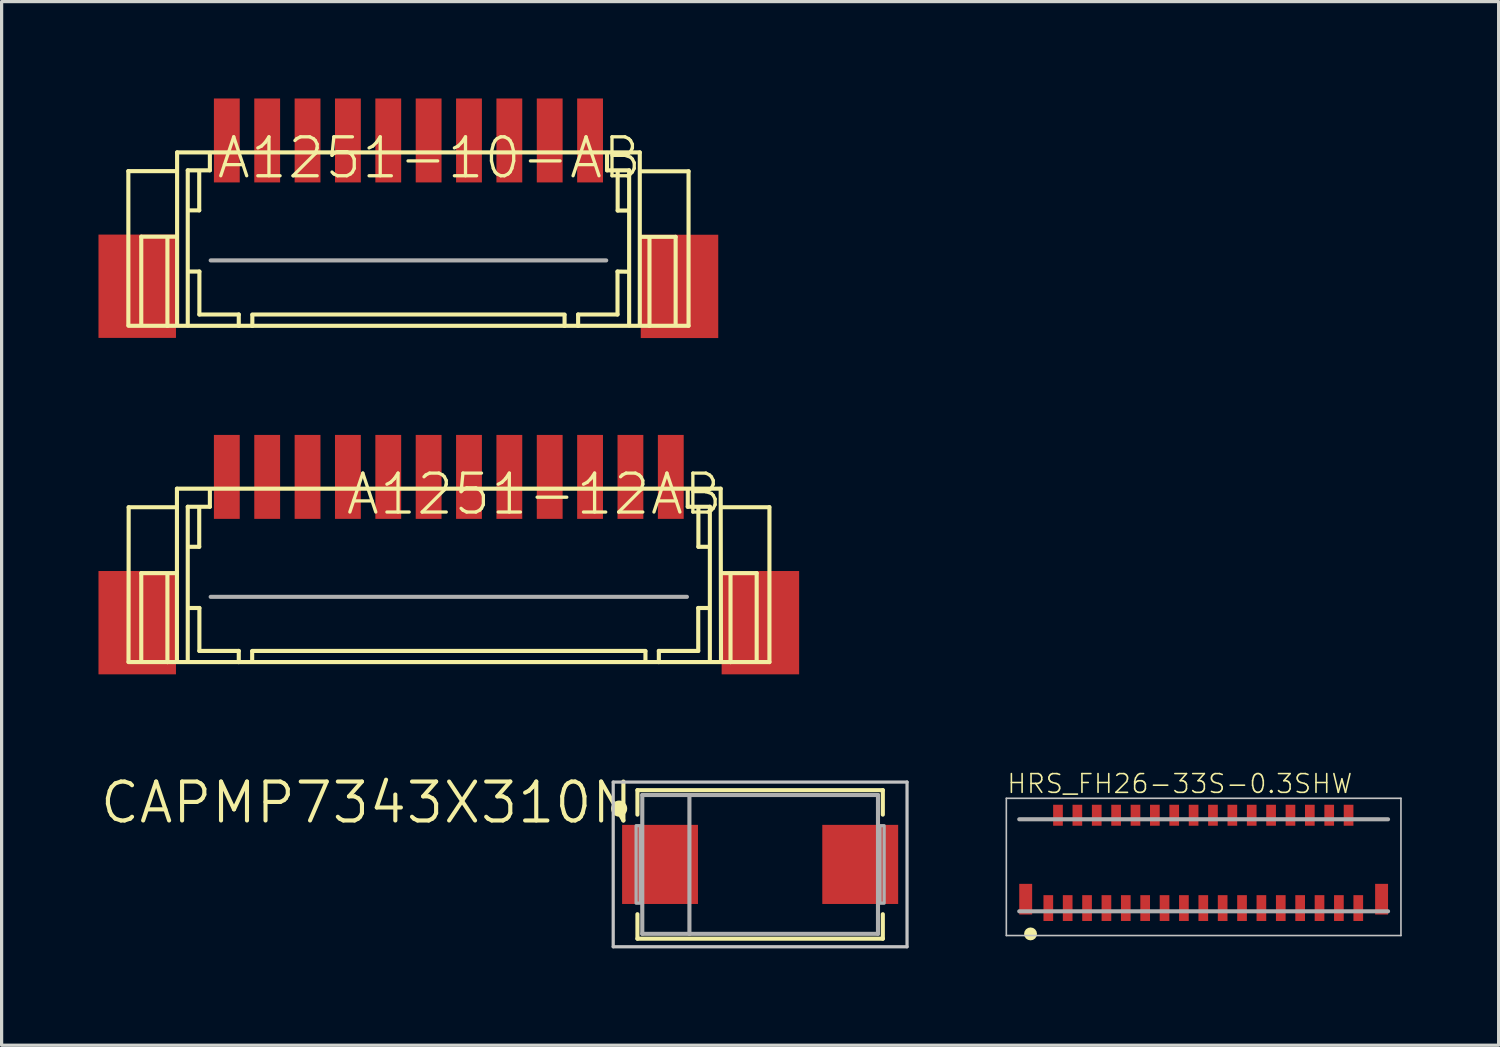
<source format=kicad_pcb>
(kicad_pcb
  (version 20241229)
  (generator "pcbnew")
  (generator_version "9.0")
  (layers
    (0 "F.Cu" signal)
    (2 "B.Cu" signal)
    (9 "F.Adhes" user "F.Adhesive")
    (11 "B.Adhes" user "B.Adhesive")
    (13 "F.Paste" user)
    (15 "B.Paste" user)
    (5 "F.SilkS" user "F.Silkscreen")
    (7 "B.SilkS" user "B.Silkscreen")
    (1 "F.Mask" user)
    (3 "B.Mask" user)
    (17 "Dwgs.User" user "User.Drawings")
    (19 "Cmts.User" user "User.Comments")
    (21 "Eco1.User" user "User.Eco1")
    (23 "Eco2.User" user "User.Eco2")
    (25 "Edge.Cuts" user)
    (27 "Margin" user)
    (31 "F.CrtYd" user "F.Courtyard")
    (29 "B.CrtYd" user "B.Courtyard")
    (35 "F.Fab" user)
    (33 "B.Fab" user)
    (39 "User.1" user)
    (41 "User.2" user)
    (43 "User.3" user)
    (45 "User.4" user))
  (footprint "CAPMP7343X310N"
    (layer "F.Cu")
    (at 20.492 23.722)
    (property "Reference" "CAPMP7343X310N" (at -3.864 -2.618 0) (layer "F.SilkS") (effects (font (size 1.206 1.206) (thickness 0.127)) (justify right top)))
    (attr through_hole)
    (fp_line (start -3.8 -2.3) (end 3.8 -2.3) (stroke (width 0.127) (type solid)) (layer "F.SilkS"))
    (fp_line (start -3.8 -1.542) (end -3.8 -2.3) (stroke (width 0.127) (type solid)) (layer "F.SilkS"))
    (fp_line (start -3.8 1.542) (end -3.8 2.3) (stroke (width 0.127) (type solid)) (layer "F.SilkS"))
    (fp_line (start -3.8 2.3) (end 3.8 2.3) (stroke (width 0.127) (type solid)) (layer "F.SilkS"))
    (fp_line (start 3.8 -2.3) (end 3.8 -1.542) (stroke (width 0.127) (type solid)) (layer "F.SilkS"))
    (fp_line (start 3.8 2.3) (end 3.8 1.542) (stroke (width 0.127) (type solid)) (layer "F.SilkS"))
    (fp_circle (center -4.367 -1.729) (end -4.117 -1.729) (stroke (width 0) (type solid)) (fill yes) (layer "F.SilkS"))
    (fp_line (start -4.55 -2.55) (end 4.55 -2.55) (stroke (width 0.1) (type solid)) (layer "Dwgs.User"))
    (fp_line (start -4.55 2.55) (end -4.55 -2.55) (stroke (width 0.1) (type solid)) (layer "Dwgs.User"))
    (fp_line (start 4.55 -2.55) (end 4.55 2.55) (stroke (width 0.1) (type solid)) (layer "Dwgs.User"))
    (fp_line (start 4.55 2.55) (end -4.55 2.55) (stroke (width 0.1) (type solid)) (layer "Dwgs.User"))
    (fp_line (start -3.65 -2.15) (end -2.19 -2.15) (stroke (width 0.127) (type solid)) (layer "F.Fab"))
    (fp_line (start -3.65 2.15) (end -3.65 -2.15) (stroke (width 0.127) (type solid)) (layer "F.Fab"))
    (fp_line (start -2.19 -2.15) (end -2.19 2.15) (stroke (width 0.127) (type solid)) (layer "F.Fab"))
    (fp_line (start -2.19 -2.15) (end 3.65 -2.15) (stroke (width 0.127) (type solid)) (layer "F.Fab"))
    (fp_line (start -2.19 2.15) (end -3.65 2.15) (stroke (width 0.127) (type solid)) (layer "F.Fab"))
    (fp_line (start 3.65 -2.15) (end 3.65 2.15) (stroke (width 0.127) (type solid)) (layer "F.Fab"))
    (fp_line (start 3.65 2.15) (end -2.19 2.15) (stroke (width 0.127) (type solid)) (layer "F.Fab"))
    (fp_poly (pts (xy -3.841 1.2) (xy -3.713 1.2) (xy -3.713 -1.2) (xy -3.841 -1.2)) (stroke (width 0.1) (type solid)) (fill no) (layer "F.Fab"))
    (fp_poly (pts (xy 3.713 1.2) (xy 3.841 1.2) (xy 3.841 -1.2) (xy 3.713 -1.2)) (stroke (width 0.1) (type solid)) (fill no) (layer "F.Fab"))
    (pad "+" smd rect (at -3.1 0 90) (size 2.45 2.35) (layers "F.Cu" "F.Mask" "F.Paste"))
    (pad "-" smd rect (at 3.1 0 90) (size 2.45 2.35) (layers "F.Cu" "F.Mask" "F.Paste")))
  (footprint "A1251-12AB"
    (layer "F.Cu")
    (at 10.85 11.22)
    (property "Reference" "A1251-12AB" (at 8.545 0.33 0) (layer "F.SilkS") (effects (font (size 1.206 1.206) (thickness 0.102)) (justify right top)))
    (attr through_hole)
    (fp_line (start -9.92 6.225) (end -9.915 1.44) (stroke (width 0.127) (type solid)) (layer "F.SilkS"))
    (fp_line (start -9.525 6.185) (end -9.525 3.48) (stroke (width 0.127) (type solid)) (layer "F.SilkS"))
    (fp_line (start -8.715 6.235) (end -9.92 6.235) (stroke (width 0.127) (type solid)) (layer "F.SilkS"))
    (fp_line (start -8.715 6.235) (end -8.715 3.515) (stroke (width 0.127) (type solid)) (layer "F.SilkS"))
    (fp_line (start -8.46 1.44) (end -9.915 1.44) (stroke (width 0.127) (type solid)) (layer "F.SilkS"))
    (fp_line (start -8.425 3.48) (end -9.525 3.48) (stroke (width 0.127) (type solid)) (layer "F.SilkS"))
    (fp_line (start -8.42 0.865) (end -8.42 6.215) (stroke (width 0.127) (type solid)) (layer "F.SilkS"))
    (fp_line (start -8.085 1.425) (end -7.4 1.425) (stroke (width 0.127) (type solid)) (layer "F.SilkS"))
    (fp_line (start -8.085 6.23) (end -8.085 1.425) (stroke (width 0.127) (type solid)) (layer "F.SilkS"))
    (fp_line (start -8.05 4.56) (end -7.725 4.56) (stroke (width 0.127) (type solid)) (layer "F.SilkS"))
    (fp_line (start -7.73 1.46) (end -7.73 2.665) (stroke (width 0.127) (type solid)) (layer "F.SilkS"))
    (fp_line (start -7.73 2.665) (end -8.05 2.665) (stroke (width 0.127) (type solid)) (layer "F.SilkS"))
    (fp_line (start -7.725 4.56) (end -7.725 5.89) (stroke (width 0.127) (type solid)) (layer "F.SilkS"))
    (fp_line (start -7.725 5.89) (end -6.505 5.89) (stroke (width 0.127) (type solid)) (layer "F.SilkS"))
    (fp_line (start -7.4 1.425) (end -7.4 0.885) (stroke (width 0.127) (type solid)) (layer "F.SilkS"))
    (fp_line (start -6.505 5.89) (end -6.505 6.235) (stroke (width 0.127) (type solid)) (layer "F.SilkS"))
    (fp_line (start -6.505 6.235) (end -8.715 6.235) (stroke (width 0.127) (type solid)) (layer "F.SilkS"))
    (fp_line (start -6.09 5.89) (end 6.09 5.89) (stroke (width 0.127) (type solid)) (layer "F.SilkS"))
    (fp_line (start -6.09 5.905) (end -6.09 6.23) (stroke (width 0.127) (type solid)) (layer "F.SilkS"))
    (fp_line (start 6.09 5.905) (end 6.09 6.23) (stroke (width 0.127) (type solid)) (layer "F.SilkS"))
    (fp_line (start 6.505 5.89) (end 6.505 6.235) (stroke (width 0.127) (type solid)) (layer "F.SilkS"))
    (fp_line (start 6.505 5.89) (end 7.725 5.89) (stroke (width 0.127) (type solid)) (layer "F.SilkS"))
    (fp_line (start 6.505 6.235) (end -6.505 6.235) (stroke (width 0.127) (type solid)) (layer "F.SilkS"))
    (fp_line (start 7.4 1.425) (end 7.4 0.885) (stroke (width 0.127) (type solid)) (layer "F.SilkS"))
    (fp_line (start 7.4 1.425) (end 8.085 1.425) (stroke (width 0.127) (type solid)) (layer "F.SilkS"))
    (fp_line (start 7.725 4.56) (end 7.725 5.89) (stroke (width 0.127) (type solid)) (layer "F.SilkS"))
    (fp_line (start 7.725 4.56) (end 8.05 4.56) (stroke (width 0.127) (type solid)) (layer "F.SilkS"))
    (fp_line (start 7.73 1.46) (end 7.73 2.665) (stroke (width 0.127) (type solid)) (layer "F.SilkS"))
    (fp_line (start 8.05 2.665) (end 7.73 2.665) (stroke (width 0.127) (type solid)) (layer "F.SilkS"))
    (fp_line (start 8.085 6.23) (end 8.085 1.425) (stroke (width 0.127) (type solid)) (layer "F.SilkS"))
    (fp_line (start 8.42 0.865) (end -8.42 0.865) (stroke (width 0.127) (type solid)) (layer "F.SilkS"))
    (fp_line (start 8.42 0.865) (end 8.43 6.215) (stroke (width 0.127) (type solid)) (layer "F.SilkS"))
    (fp_line (start 8.725 6.235) (end 6.505 6.235) (stroke (width 0.127) (type solid)) (layer "F.SilkS"))
    (fp_line (start 8.725 6.235) (end 8.725 3.515) (stroke (width 0.127) (type solid)) (layer "F.SilkS"))
    (fp_line (start 9.535 3.48) (end 8.435 3.48) (stroke (width 0.127) (type solid)) (layer "F.SilkS"))
    (fp_line (start 9.535 6.185) (end 9.535 3.48) (stroke (width 0.127) (type solid)) (layer "F.SilkS"))
    (fp_line (start 9.925 1.44) (end 8.45 1.44) (stroke (width 0.127) (type solid)) (layer "F.SilkS"))
    (fp_line (start 9.93 6.235) (end 8.725 6.235) (stroke (width 0.127) (type solid)) (layer "F.SilkS"))
    (fp_line (start 9.93 6.235) (end 9.93 1.435) (stroke (width 0.127) (type solid)) (layer "F.SilkS"))
    (fp_line (start -7.375 4.215) (end 7.375 4.215) (stroke (width 0.127) (type solid)) (layer "F.Fab"))
    (pad "1" smd rect (at -6.875 0.5 180) (size 0.8 2.6) (layers "F.Cu" "F.Mask" "F.Paste"))
    (pad "2" smd rect (at -5.625 0.5 180) (size 0.8 2.6) (layers "F.Cu" "F.Mask" "F.Paste"))
    (pad "3" smd rect (at -4.375 0.5 180) (size 0.8 2.6) (layers "F.Cu" "F.Mask" "F.Paste"))
    (pad "4" smd rect (at -3.125 0.5 180) (size 0.8 2.6) (layers "F.Cu" "F.Mask" "F.Paste"))
    (pad "5" smd rect (at -1.875 0.5 180) (size 0.8 2.6) (layers "F.Cu" "F.Mask" "F.Paste"))
    (pad "6" smd rect (at -0.625 0.5 180) (size 0.8 2.6) (layers "F.Cu" "F.Mask" "F.Paste"))
    (pad "7" smd rect (at 0.625 0.5 180) (size 0.8 2.6) (layers "F.Cu" "F.Mask" "F.Paste"))
    (pad "8" smd rect (at 1.875 0.5 180) (size 0.8 2.6) (layers "F.Cu" "F.Mask" "F.Paste"))
    (pad "9" smd rect (at 3.125 0.5 180) (size 0.8 2.6) (layers "F.Cu" "F.Mask" "F.Paste"))
    (pad "10" smd rect (at 4.375 0.5 180) (size 0.8 2.6) (layers "F.Cu" "F.Mask" "F.Paste"))
    (pad "11" smd rect (at 5.625 0.5 180) (size 0.8 2.6) (layers "F.Cu" "F.Mask" "F.Paste"))
    (pad "12" smd rect (at 6.875 0.5 180) (size 0.8 2.6) (layers "F.Cu" "F.Mask" "F.Paste"))
    (pad "NC1" smd rect (at -9.65 5.015) (size 2.4 3.2) (layers "F.Cu" "F.Mask" "F.Paste"))
    (pad "NC2" smd rect (at 9.65 5.015) (size 2.4 3.2) (layers "F.Cu" "F.Mask" "F.Paste")))
  (footprint "A1251-10-AB"
    (layer "F.Cu")
    (at 9.6 0.93)
    (property "Reference" "A1251-10-AB" (at 7.29 0.205 0) (layer "F.SilkS") (effects (font (size 1.206 1.206) (thickness 0.102)) (justify right top)))
    (attr through_hole)
    (fp_line (start -8.675 6.095) (end -8.675 1.32) (stroke (width 0.127) (type solid)) (layer "F.SilkS"))
    (fp_line (start -8.275 6.055) (end -8.275 3.35) (stroke (width 0.127) (type solid)) (layer "F.SilkS"))
    (fp_line (start -7.465 6.11) (end -8.67 6.11) (stroke (width 0.127) (type solid)) (layer "F.SilkS"))
    (fp_line (start -7.465 6.11) (end -7.465 3.385) (stroke (width 0.127) (type solid)) (layer "F.SilkS"))
    (fp_line (start -7.21 1.32) (end -8.675 1.32) (stroke (width 0.127) (type solid)) (layer "F.SilkS"))
    (fp_line (start -7.175 3.35) (end -8.275 3.35) (stroke (width 0.127) (type solid)) (layer "F.SilkS"))
    (fp_line (start -7.165 0.74) (end -7.165 6.085) (stroke (width 0.127) (type solid)) (layer "F.SilkS"))
    (fp_line (start -6.835 1.295) (end -6.15 1.295) (stroke (width 0.127) (type solid)) (layer "F.SilkS"))
    (fp_line (start -6.835 6.1) (end -6.835 1.295) (stroke (width 0.127) (type solid)) (layer "F.SilkS"))
    (fp_line (start -6.8 4.43) (end -6.475 4.43) (stroke (width 0.127) (type solid)) (layer "F.SilkS"))
    (fp_line (start -6.48 1.33) (end -6.48 2.535) (stroke (width 0.127) (type solid)) (layer "F.SilkS"))
    (fp_line (start -6.48 2.535) (end -6.8 2.535) (stroke (width 0.127) (type solid)) (layer "F.SilkS"))
    (fp_line (start -6.475 4.43) (end -6.475 5.76) (stroke (width 0.127) (type solid)) (layer "F.SilkS"))
    (fp_line (start -6.475 5.76) (end -5.255 5.76) (stroke (width 0.127) (type solid)) (layer "F.SilkS"))
    (fp_line (start -6.15 1.295) (end -6.15 0.755) (stroke (width 0.127) (type solid)) (layer "F.SilkS"))
    (fp_line (start -5.255 5.76) (end -5.255 6.11) (stroke (width 0.127) (type solid)) (layer "F.SilkS"))
    (fp_line (start -5.255 6.11) (end -7.465 6.11) (stroke (width 0.127) (type solid)) (layer "F.SilkS"))
    (fp_line (start -4.835 5.76) (end 4.835 5.76) (stroke (width 0.127) (type solid)) (layer "F.SilkS"))
    (fp_line (start -4.835 5.775) (end -4.835 6.11) (stroke (width 0.127) (type solid)) (layer "F.SilkS"))
    (fp_line (start -4.835 6.11) (end -5.255 6.11) (stroke (width 0.127) (type solid)) (layer "F.SilkS"))
    (fp_line (start 4.835 5.775) (end 4.835 6.11) (stroke (width 0.127) (type solid)) (layer "F.SilkS"))
    (fp_line (start 4.835 6.11) (end -4.835 6.11) (stroke (width 0.127) (type solid)) (layer "F.SilkS"))
    (fp_line (start 5.255 5.76) (end 5.255 6.11) (stroke (width 0.127) (type solid)) (layer "F.SilkS"))
    (fp_line (start 5.255 5.76) (end 6.475 5.76) (stroke (width 0.127) (type solid)) (layer "F.SilkS"))
    (fp_line (start 5.255 6.11) (end 4.835 6.11) (stroke (width 0.127) (type solid)) (layer "F.SilkS"))
    (fp_line (start 6.15 1.295) (end 6.15 0.755) (stroke (width 0.127) (type solid)) (layer "F.SilkS"))
    (fp_line (start 6.15 1.295) (end 6.835 1.295) (stroke (width 0.127) (type solid)) (layer "F.SilkS"))
    (fp_line (start 6.475 4.43) (end 6.475 5.76) (stroke (width 0.127) (type solid)) (layer "F.SilkS"))
    (fp_line (start 6.475 4.43) (end 6.795 4.435) (stroke (width 0.127) (type solid)) (layer "F.SilkS"))
    (fp_line (start 6.48 1.335) (end 6.48 2.54) (stroke (width 0.127) (type solid)) (layer "F.SilkS"))
    (fp_line (start 6.795 2.54) (end 6.48 2.54) (stroke (width 0.127) (type solid)) (layer "F.SilkS"))
    (fp_line (start 6.835 6.1) (end 6.835 1.295) (stroke (width 0.127) (type solid)) (layer "F.SilkS"))
    (fp_line (start 7.165 0.74) (end -7.165 0.74) (stroke (width 0.127) (type solid)) (layer "F.SilkS"))
    (fp_line (start 7.165 0.74) (end 7.165 6.085) (stroke (width 0.127) (type solid)) (layer "F.SilkS"))
    (fp_line (start 7.465 6.11) (end 5.255 6.11) (stroke (width 0.127) (type solid)) (layer "F.SilkS"))
    (fp_line (start 7.465 6.11) (end 7.465 3.39) (stroke (width 0.127) (type solid)) (layer "F.SilkS"))
    (fp_line (start 8.275 3.355) (end 7.18 3.355) (stroke (width 0.127) (type solid)) (layer "F.SilkS"))
    (fp_line (start 8.275 6.06) (end 8.275 3.355) (stroke (width 0.127) (type solid)) (layer "F.SilkS"))
    (fp_line (start 8.675 1.325) (end 7.21 1.325) (stroke (width 0.127) (type solid)) (layer "F.SilkS"))
    (fp_line (start 8.675 6.11) (end 7.465 6.11) (stroke (width 0.127) (type solid)) (layer "F.SilkS"))
    (fp_line (start 8.675 6.11) (end 8.675 1.325) (stroke (width 0.127) (type solid)) (layer "F.SilkS"))
    (fp_line (start -6.125 4.085) (end 6.125 4.085) (stroke (width 0.127) (type solid)) (layer "F.Fab"))
    (pad "1" smd rect (at -5.625 0.37 180) (size 0.8 2.6) (layers "F.Cu" "F.Mask" "F.Paste"))
    (pad "2" smd rect (at -4.375 0.37 180) (size 0.8 2.6) (layers "F.Cu" "F.Mask" "F.Paste"))
    (pad "3" smd rect (at -3.125 0.37 180) (size 0.8 2.6) (layers "F.Cu" "F.Mask" "F.Paste"))
    (pad "4" smd rect (at -1.875 0.37 180) (size 0.8 2.6) (layers "F.Cu" "F.Mask" "F.Paste"))
    (pad "5" smd rect (at -0.625 0.37 180) (size 0.8 2.6) (layers "F.Cu" "F.Mask" "F.Paste"))
    (pad "6" smd rect (at 0.625 0.37 180) (size 0.8 2.6) (layers "F.Cu" "F.Mask" "F.Paste"))
    (pad "7" smd rect (at 1.875 0.37 180) (size 0.8 2.6) (layers "F.Cu" "F.Mask" "F.Paste"))
    (pad "8" smd rect (at 3.125 0.37 180) (size 0.8 2.6) (layers "F.Cu" "F.Mask" "F.Paste"))
    (pad "9" smd rect (at 4.375 0.37 180) (size 0.8 2.6) (layers "F.Cu" "F.Mask" "F.Paste"))
    (pad "10" smd rect (at 5.625 0.37 180) (size 0.8 2.6) (layers "F.Cu" "F.Mask" "F.Paste"))
    (pad "NC1" smd rect (at -8.4 4.885) (size 2.4 3.2) (layers "F.Cu" "F.Mask" "F.Paste"))
    (pad "NC2" smd rect (at 8.395 4.89) (size 2.4 3.2) (layers "F.Cu" "F.Mask" "F.Paste")))
  (footprint "HRS_FH26-33S-0.3SHW"
    (layer "F.Cu")
    (at 34.228 23.674)
    (property "Reference" "HRS_FH26-33S-0.3SHW" (at -6.125 -2.111 0) (layer "F.SilkS") (effects (font (size 0.581 0.581) (thickness 0.049)) (justify left bottom)))
    (attr through_hole)
    (fp_circle (center -5.361 2.2) (end -5.261 2.2) (stroke (width 0.2) (type solid)) (fill no) (layer "F.SilkS"))
    (fp_line (start -6.111 -2) (end 6.111 -2) (stroke (width 0.05) (type solid)) (layer "Dwgs.User"))
    (fp_line (start -6.111 2.25) (end -6.111 -2) (stroke (width 0.05) (type solid)) (layer "Dwgs.User"))
    (fp_line (start 6.111 -2) (end 6.111 2.25) (stroke (width 0.05) (type solid)) (layer "Dwgs.User"))
    (fp_line (start 6.111 2.25) (end -6.111 2.25) (stroke (width 0.05) (type solid)) (layer "Dwgs.User"))
    (fp_line (start -5.711 -1.35) (end 5.711 -1.35) (stroke (width 0.127) (type solid)) (layer "F.Fab"))
    (fp_line (start 5.711 1.5) (end -5.711 1.5) (stroke (width 0.127) (type solid)) (layer "F.Fab"))
    (pad "1" smd rect (at -4.811 1.4) (size 0.3 0.8) (layers "F.Cu" "F.Mask" "F.Paste"))
    (pad "2" smd rect (at -4.511 -1.475) (size 0.3 0.65) (layers "F.Cu" "F.Mask" "F.Paste"))
    (pad "3" smd rect (at -4.211 1.4) (size 0.3 0.8) (layers "F.Cu" "F.Mask" "F.Paste"))
    (pad "4" smd rect (at -3.911 -1.475) (size 0.3 0.65) (layers "F.Cu" "F.Mask" "F.Paste"))
    (pad "5" smd rect (at -3.611 1.4) (size 0.3 0.8) (layers "F.Cu" "F.Mask" "F.Paste"))
    (pad "6" smd rect (at -3.311 -1.475) (size 0.3 0.65) (layers "F.Cu" "F.Mask" "F.Paste"))
    (pad "7" smd rect (at -3.011 1.4) (size 0.3 0.8) (layers "F.Cu" "F.Mask" "F.Paste"))
    (pad "8" smd rect (at -2.711 -1.475) (size 0.3 0.65) (layers "F.Cu" "F.Mask" "F.Paste"))
    (pad "9" smd rect (at -2.411 1.4) (size 0.3 0.8) (layers "F.Cu" "F.Mask" "F.Paste"))
    (pad "10" smd rect (at -2.111 -1.475) (size 0.3 0.65) (layers "F.Cu" "F.Mask" "F.Paste"))
    (pad "11" smd rect (at -1.811 1.4) (size 0.3 0.8) (layers "F.Cu" "F.Mask" "F.Paste"))
    (pad "12" smd rect (at -1.511 -1.475) (size 0.3 0.65) (layers "F.Cu" "F.Mask" "F.Paste"))
    (pad "13" smd rect (at -1.211 1.4) (size 0.3 0.8) (layers "F.Cu" "F.Mask" "F.Paste"))
    (pad "14" smd rect (at -0.911 -1.475) (size 0.3 0.65) (layers "F.Cu" "F.Mask" "F.Paste"))
    (pad "15" smd rect (at -0.611 1.4) (size 0.3 0.8) (layers "F.Cu" "F.Mask" "F.Paste"))
    (pad "16" smd rect (at -0.311 -1.475) (size 0.3 0.65) (layers "F.Cu" "F.Mask" "F.Paste"))
    (pad "17" smd rect (at -0.011 1.4) (size 0.3 0.8) (layers "F.Cu" "F.Mask" "F.Paste"))
    (pad "18" smd rect (at 0.289 -1.475) (size 0.3 0.65) (layers "F.Cu" "F.Mask" "F.Paste"))
    (pad "19" smd rect (at 0.589 1.4) (size 0.3 0.8) (layers "F.Cu" "F.Mask" "F.Paste"))
    (pad "20" smd rect (at 0.889 -1.475) (size 0.3 0.65) (layers "F.Cu" "F.Mask" "F.Paste"))
    (pad "21" smd rect (at 1.189 1.4) (size 0.3 0.8) (layers "F.Cu" "F.Mask" "F.Paste"))
    (pad "22" smd rect (at 1.489 -1.475) (size 0.3 0.65) (layers "F.Cu" "F.Mask" "F.Paste"))
    (pad "23" smd rect (at 1.789 1.4) (size 0.3 0.8) (layers "F.Cu" "F.Mask" "F.Paste"))
    (pad "24" smd rect (at 2.089 -1.475) (size 0.3 0.65) (layers "F.Cu" "F.Mask" "F.Paste"))
    (pad "25" smd rect (at 2.389 1.4) (size 0.3 0.8) (layers "F.Cu" "F.Mask" "F.Paste"))
    (pad "26" smd rect (at 2.689 -1.475) (size 0.3 0.65) (layers "F.Cu" "F.Mask" "F.Paste"))
    (pad "27" smd rect (at 2.989 1.4) (size 0.3 0.8) (layers "F.Cu" "F.Mask" "F.Paste"))
    (pad "28" smd rect (at 3.289 -1.475) (size 0.3 0.65) (layers "F.Cu" "F.Mask" "F.Paste"))
    (pad "29" smd rect (at 3.589 1.4) (size 0.3 0.8) (layers "F.Cu" "F.Mask" "F.Paste"))
    (pad "30" smd rect (at 3.889 -1.475) (size 0.3 0.65) (layers "F.Cu" "F.Mask" "F.Paste"))
    (pad "31" smd rect (at 4.189 1.4) (size 0.3 0.8) (layers "F.Cu" "F.Mask" "F.Paste"))
    (pad "32" smd rect (at 4.489 -1.475) (size 0.3 0.65) (layers "F.Cu" "F.Mask" "F.Paste"))
    (pad "33" smd rect (at 4.789 1.4) (size 0.3 0.8) (layers "F.Cu" "F.Mask" "F.Paste"))
    (pad "SH1" smd rect (at -5.511 1.125) (size 0.4 0.95) (layers "F.Cu" "F.Mask" "F.Paste"))
    (pad "SH2" smd rect (at 5.511 1.125) (size 0.4 0.95) (layers "F.Cu" "F.Mask" "F.Paste")))
  (gr_rect
    (start -3 -3)
    (end 43.364 29.322)
    (stroke (width 0.1) (type default))
    (fill no)
    (layer "Edge.Cuts")))
</source>
